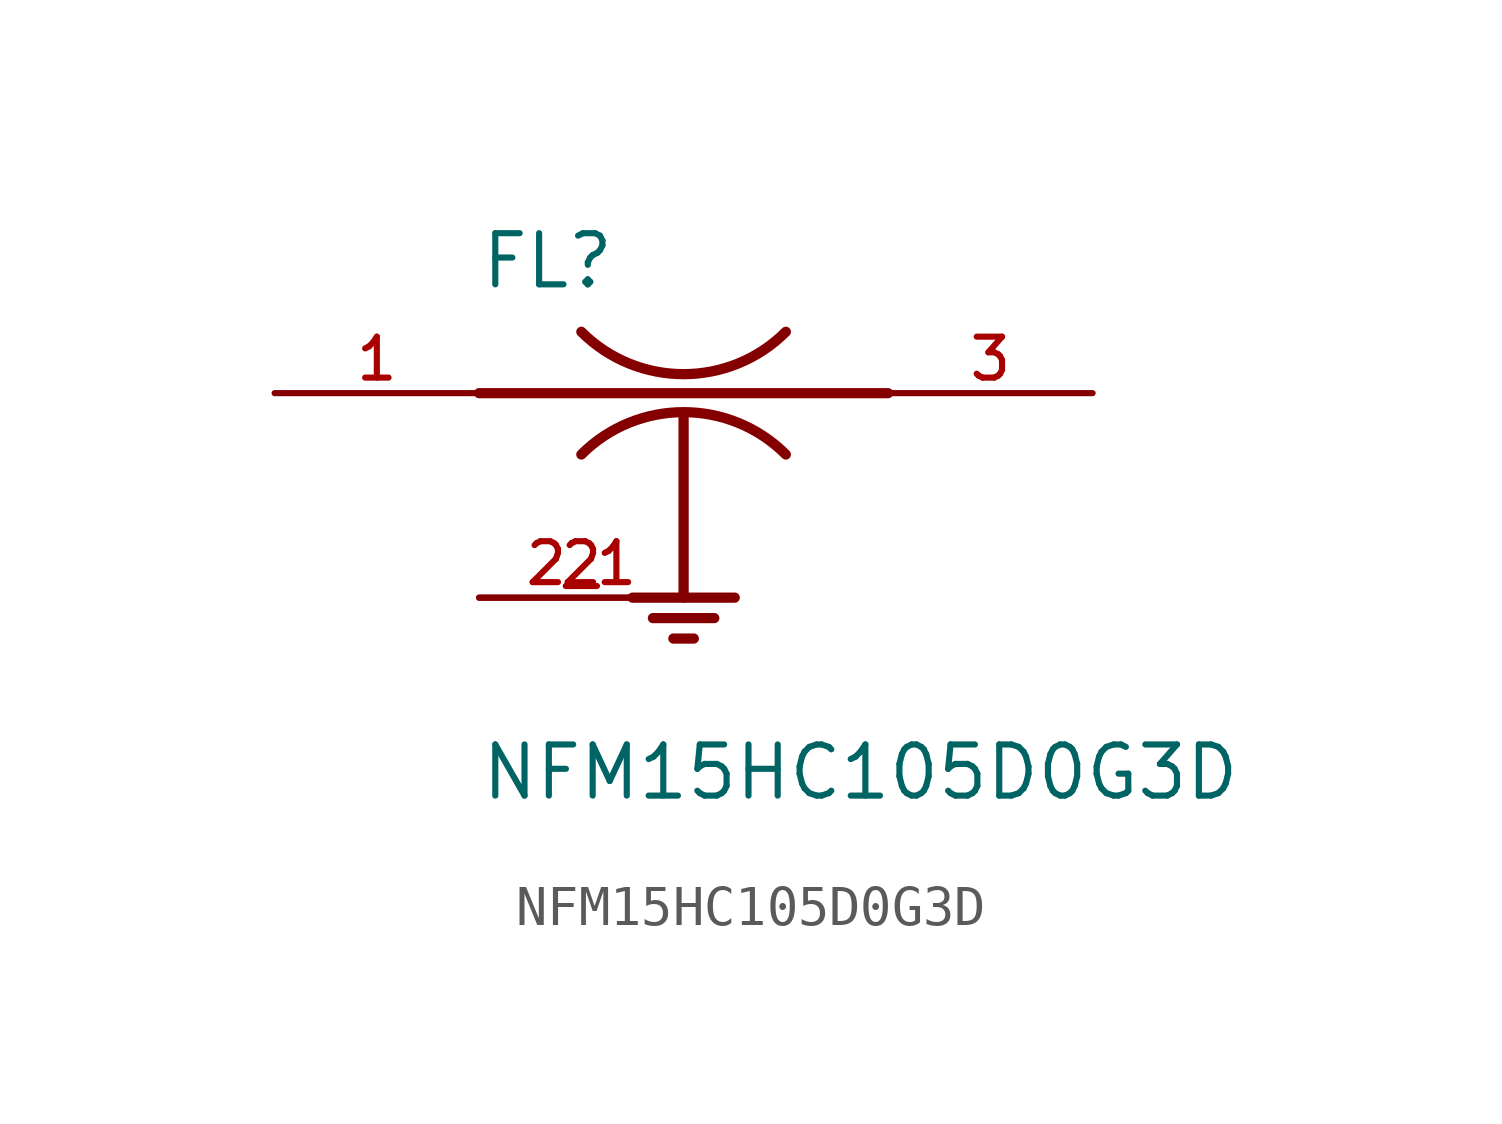
<source format=kicad_sym>
(kicad_symbol_lib
  (version 20211014)
  (generator kicad_symbol_editor)
  (symbol "NFM15HC105D0G3D"
    (pin_names
      (offset 1.016))
    (property "Reference" "FL"
      (at -5.08 2.54 0)
      (effects (font (size 1.27 1.27)) (justify bottom left)))
    (property "Value" "NFM15HC105D0G3D"
      (at -5.08 -10.16 0)
      (effects (font (size 1.27 1.27)) (justify bottom left)))
    (symbol "NFM15HC105D0G3D_0_0"
      (polyline (pts (xy -5.08 0.0) (xy 5.08 0.0)) (stroke (width 0.254)))
      (arc (start -2.54 1.524) (mid 0.0 0.4719) (end 2.54 1.524) (stroke (width 0.254) (type default) (color 0 0 0 0)) (fill (type none)))
      (arc (start 2.54 -1.524) (mid -0.0 -0.4719) (end -2.54 -1.524) (stroke (width 0.254) (type default) (color 0 0 0 0)) (fill (type none)))
      (polyline (pts (xy 0.0 -0.508) (xy 0.0 -5.08)) (stroke (width 0.254)))
      (polyline (pts (xy -1.27 -5.08) (xy 1.27 -5.08)) (stroke (width 0.254)))
      (polyline (pts (xy -0.762 -5.588) (xy 0.762 -5.588)) (stroke (width 0.254)))
      (polyline (pts (xy -0.254 -6.096) (xy 0.254 -6.096)) (stroke (width 0.254)))
      (pin input line (at -10.16 0.0 0) (length 5.08) (name "~" (effects (font (size 1.016 1.016)))) (number "1" (effects (font (size 1.016 1.016)))))
      (pin output line (at 10.16 0.0 180.0) (length 5.08) (name "~" (effects (font (size 1.016 1.016)))) (number "3" (effects (font (size 1.016 1.016)))))
      (pin power_in line (at -5.08 -5.08 0) (length 5.08) (name "~" (effects (font (size 1.016 1.016)))) (number "2" (effects (font (size 1.016 1.016)))))
      (pin power_in line (at -5.08 -5.08 0) (length 5.08) (name "~" (effects (font (size 1.016 1.016)))) (number "2_1" (effects (font (size 1.016 1.016))))))))
</source>
